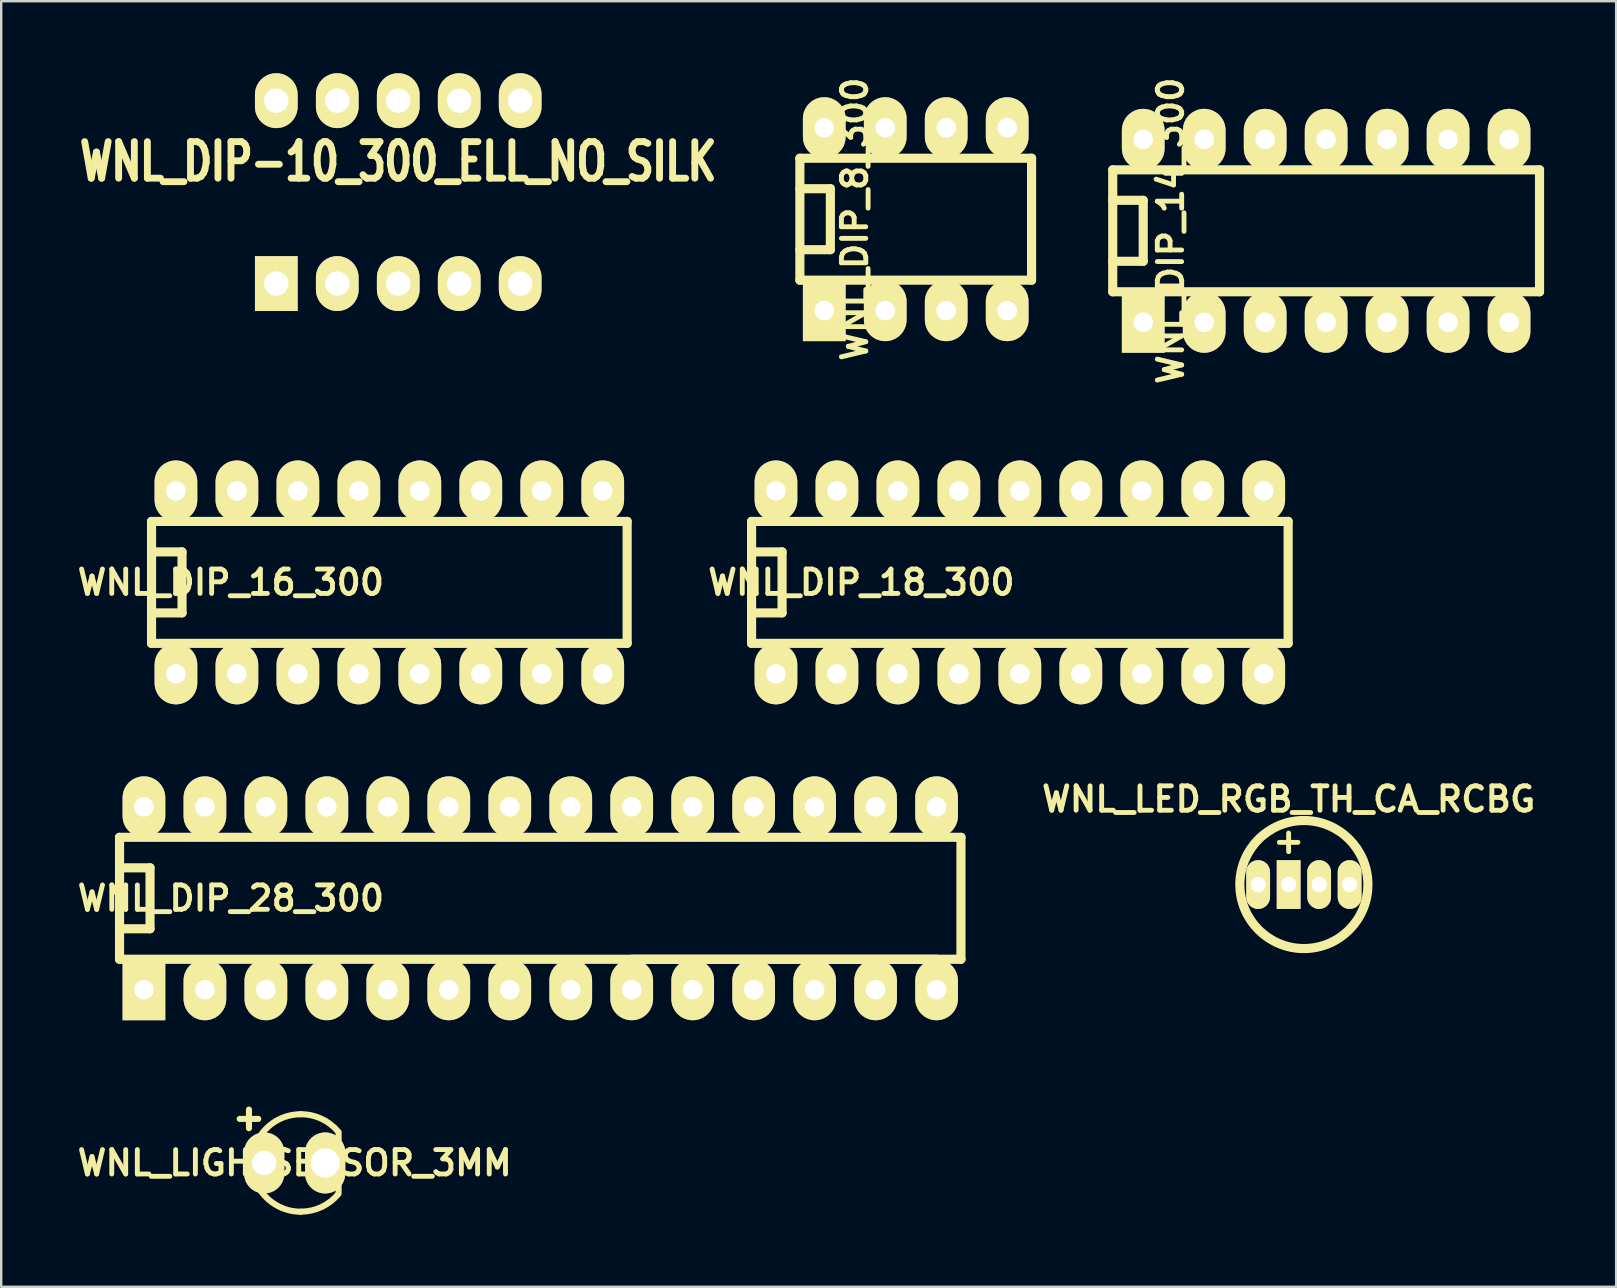
<source format=kicad_pcb>
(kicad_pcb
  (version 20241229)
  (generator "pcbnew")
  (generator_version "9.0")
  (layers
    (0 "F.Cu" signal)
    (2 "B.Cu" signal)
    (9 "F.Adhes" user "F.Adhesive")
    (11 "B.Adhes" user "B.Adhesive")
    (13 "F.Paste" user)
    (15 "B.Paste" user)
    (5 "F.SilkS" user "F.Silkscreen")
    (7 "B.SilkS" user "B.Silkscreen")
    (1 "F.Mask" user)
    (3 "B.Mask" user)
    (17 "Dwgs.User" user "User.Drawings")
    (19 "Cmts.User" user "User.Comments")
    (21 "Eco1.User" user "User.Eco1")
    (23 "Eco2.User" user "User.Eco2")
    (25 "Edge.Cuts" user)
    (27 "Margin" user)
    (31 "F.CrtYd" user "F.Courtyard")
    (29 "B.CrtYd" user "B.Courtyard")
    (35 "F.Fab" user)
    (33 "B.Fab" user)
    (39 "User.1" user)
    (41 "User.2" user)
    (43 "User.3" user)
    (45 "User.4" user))
  (footprint "WNL_DIP_28_300"
    (layer "F.Cu")
    (at 19.456 34.371)
    (property "Reference" "WNL_DIP_28_300" (at -12.89 0 0) (layer "F.SilkS") (effects (font (size 1.016 1.016) (thickness 0.203))))
    (attr through_hole)
    (fp_line (start -17.526 -2.54) (end 17.526 -2.54) (stroke (width 0.381) (type solid)) (layer "F.SilkS"))
    (fp_line (start -17.526 -1.27) (end -16.256 -1.27) (stroke (width 0.381) (type solid)) (layer "F.SilkS"))
    (fp_line (start -17.526 2.54) (end -17.526 -2.54) (stroke (width 0.381) (type solid)) (layer "F.SilkS"))
    (fp_line (start -17.526 2.54) (end 17.526 2.54) (stroke (width 0.381) (type solid)) (layer "F.SilkS"))
    (fp_line (start -16.256 -1.27) (end -16.256 1.27) (stroke (width 0.381) (type solid)) (layer "F.SilkS"))
    (fp_line (start -16.256 1.27) (end -17.526 1.27) (stroke (width 0.381) (type solid)) (layer "F.SilkS"))
    (fp_line (start 3.81 2.54) (end 16.51 2.54) (stroke (width 0.381) (type solid)) (layer "F.SilkS"))
    (fp_line (start 17.526 -2.54) (end 17.526 2.54) (stroke (width 0.381) (type solid)) (layer "F.SilkS"))
    (pad "1" thru_hole rect (at -16.51 3.81) (size 1.778 2.54) (drill 0.813) (layers "*.Cu" "*.Mask" "F.SilkS"))
    (pad "2" thru_hole oval (at -13.97 3.81) (size 1.778 2.54) (drill 0.813) (layers "*.Cu" "*.Mask" "F.SilkS"))
    (pad "3" thru_hole oval (at -11.43 3.81) (size 1.778 2.54) (drill 0.813) (layers "*.Cu" "*.Mask" "F.SilkS"))
    (pad "4" thru_hole oval (at -8.89 3.81) (size 1.778 2.54) (drill 0.813) (layers "*.Cu" "*.Mask" "F.SilkS"))
    (pad "5" thru_hole oval (at -6.35 3.81) (size 1.778 2.54) (drill 0.813) (layers "*.Cu" "*.Mask" "F.SilkS"))
    (pad "6" thru_hole oval (at -3.81 3.81) (size 1.778 2.54) (drill 0.813) (layers "*.Cu" "*.Mask" "F.SilkS"))
    (pad "7" thru_hole oval (at -1.27 3.81) (size 1.778 2.54) (drill 0.813) (layers "*.Cu" "*.Mask" "F.SilkS"))
    (pad "8" thru_hole oval (at 1.27 3.81) (size 1.778 2.54) (drill 0.813) (layers "*.Cu" "*.Mask" "F.SilkS"))
    (pad "9" thru_hole oval (at 3.81 3.81) (size 1.778 2.54) (drill 0.813) (layers "*.Cu" "*.Mask" "F.SilkS"))
    (pad "10" thru_hole oval (at 6.35 3.81) (size 1.778 2.54) (drill 0.813) (layers "*.Cu" "*.Mask" "F.SilkS"))
    (pad "11" thru_hole oval (at 8.89 3.81) (size 1.778 2.54) (drill 0.813) (layers "*.Cu" "*.Mask" "F.SilkS"))
    (pad "12" thru_hole oval (at 11.43 3.81) (size 1.778 2.54) (drill 0.813) (layers "*.Cu" "*.Mask" "F.SilkS"))
    (pad "13" thru_hole oval (at 13.97 3.81) (size 1.778 2.54) (drill 0.813) (layers "*.Cu" "*.Mask" "F.SilkS"))
    (pad "14" thru_hole oval (at 16.51 3.81) (size 1.778 2.54) (drill 0.813) (layers "*.Cu" "*.Mask" "F.SilkS"))
    (pad "15" thru_hole oval (at 16.51 -3.81) (size 1.778 2.54) (drill 0.813) (layers "*.Cu" "*.Mask" "F.SilkS"))
    (pad "16" thru_hole oval (at 13.97 -3.81) (size 1.778 2.54) (drill 0.813) (layers "*.Cu" "*.Mask" "F.SilkS"))
    (pad "17" thru_hole oval (at 11.43 -3.81) (size 1.778 2.54) (drill 0.813) (layers "*.Cu" "*.Mask" "F.SilkS"))
    (pad "18" thru_hole oval (at 8.89 -3.81) (size 1.778 2.54) (drill 0.813) (layers "*.Cu" "*.Mask" "F.SilkS"))
    (pad "19" thru_hole oval (at 6.35 -3.81) (size 1.778 2.54) (drill 0.813) (layers "*.Cu" "*.Mask" "F.SilkS"))
    (pad "20" thru_hole oval (at 3.81 -3.81) (size 1.778 2.54) (drill 0.813) (layers "*.Cu" "*.Mask" "F.SilkS"))
    (pad "21" thru_hole oval (at 1.27 -3.81) (size 1.778 2.54) (drill 0.813) (layers "*.Cu" "*.Mask" "F.SilkS"))
    (pad "22" thru_hole oval (at -1.27 -3.81) (size 1.778 2.54) (drill 0.813) (layers "*.Cu" "*.Mask" "F.SilkS"))
    (pad "23" thru_hole oval (at -3.81 -3.81) (size 1.778 2.54) (drill 0.813) (layers "*.Cu" "*.Mask" "F.SilkS"))
    (pad "24" thru_hole oval (at -6.35 -3.81) (size 1.778 2.54) (drill 0.813) (layers "*.Cu" "*.Mask" "F.SilkS"))
    (pad "25" thru_hole oval (at -8.89 -3.81) (size 1.778 2.54) (drill 0.813) (layers "*.Cu" "*.Mask" "F.SilkS"))
    (pad "26" thru_hole oval (at -11.43 -3.81) (size 1.778 2.54) (drill 0.813) (layers "*.Cu" "*.Mask" "F.SilkS"))
    (pad "27" thru_hole oval (at -13.97 -3.81) (size 1.778 2.54) (drill 0.813) (layers "*.Cu" "*.Mask" "F.SilkS"))
    (pad "28" thru_hole oval (at -16.51 -3.81) (size 1.778 2.54) (drill 0.813) (layers "*.Cu" "*.Mask" "F.SilkS")))
  (footprint "WNL_DIP_16_300"
    (layer "F.Cu")
    (at 13.169 21.211)
    (property "Reference" "WNL_DIP_16_300" (at -6.604 0 0) (layer "F.SilkS") (effects (font (size 1.016 1.016) (thickness 0.203))))
    (attr through_hole)
    (fp_line (start -9.906 -1.27) (end -8.636 -1.27) (stroke (width 0.381) (type solid)) (layer "F.SilkS"))
    (fp_line (start -9.906 2.54) (end -9.906 -2.54) (stroke (width 0.381) (type solid)) (layer "F.SilkS"))
    (fp_line (start -9.906 2.54) (end 9.906 2.54) (stroke (width 0.381) (type solid)) (layer "F.SilkS"))
    (fp_line (start -8.636 -1.27) (end -8.636 1.27) (stroke (width 0.381) (type solid)) (layer "F.SilkS"))
    (fp_line (start -8.636 1.27) (end -9.906 1.27) (stroke (width 0.381) (type solid)) (layer "F.SilkS"))
    (fp_line (start 9.906 -2.54) (end -9.906 -2.54) (stroke (width 0.381) (type solid)) (layer "F.SilkS"))
    (fp_line (start 9.906 -2.54) (end 9.906 2.54) (stroke (width 0.381) (type solid)) (layer "F.SilkS"))
    (pad "1" thru_hole oval (at -8.89 3.81) (size 1.778 2.54) (drill 0.813) (layers "*.Cu" "*.Mask" "F.SilkS"))
    (pad "2" thru_hole oval (at -6.35 3.81) (size 1.778 2.54) (drill 0.813) (layers "*.Cu" "*.Mask" "F.SilkS"))
    (pad "3" thru_hole oval (at -3.81 3.81) (size 1.778 2.54) (drill 0.813) (layers "*.Cu" "*.Mask" "F.SilkS"))
    (pad "4" thru_hole oval (at -1.27 3.81) (size 1.778 2.54) (drill 0.813) (layers "*.Cu" "*.Mask" "F.SilkS"))
    (pad "5" thru_hole oval (at 1.27 3.81) (size 1.778 2.54) (drill 0.813) (layers "*.Cu" "*.Mask" "F.SilkS"))
    (pad "6" thru_hole oval (at 3.81 3.81) (size 1.778 2.54) (drill 0.813) (layers "*.Cu" "*.Mask" "F.SilkS"))
    (pad "7" thru_hole oval (at 6.35 3.81) (size 1.778 2.54) (drill 0.813) (layers "*.Cu" "*.Mask" "F.SilkS"))
    (pad "8" thru_hole oval (at 8.89 3.81) (size 1.778 2.54) (drill 0.813) (layers "*.Cu" "*.Mask" "F.SilkS"))
    (pad "9" thru_hole oval (at 8.89 -3.81) (size 1.778 2.54) (drill 0.813) (layers "*.Cu" "*.Mask" "F.SilkS"))
    (pad "10" thru_hole oval (at 6.35 -3.81) (size 1.778 2.54) (drill 0.813) (layers "*.Cu" "*.Mask" "F.SilkS"))
    (pad "11" thru_hole oval (at 3.81 -3.81) (size 1.778 2.54) (drill 0.813) (layers "*.Cu" "*.Mask" "F.SilkS"))
    (pad "12" thru_hole oval (at 1.27 -3.81) (size 1.778 2.54) (drill 0.813) (layers "*.Cu" "*.Mask" "F.SilkS"))
    (pad "13" thru_hole oval (at -1.27 -3.81) (size 1.778 2.54) (drill 0.813) (layers "*.Cu" "*.Mask" "F.SilkS"))
    (pad "14" thru_hole oval (at -3.81 -3.81) (size 1.778 2.54) (drill 0.813) (layers "*.Cu" "*.Mask" "F.SilkS"))
    (pad "15" thru_hole oval (at -6.35 -3.81) (size 1.778 2.54) (drill 0.813) (layers "*.Cu" "*.Mask" "F.SilkS"))
    (pad "16" thru_hole oval (at -8.89 -3.81) (size 1.778 2.54) (drill 0.813) (layers "*.Cu" "*.Mask" "F.SilkS")))
  (footprint "WNL_DIP_14_300"
    (layer "F.Cu")
    (at 52.194 6.565)
    (property "Reference" "WNL_DIP_14_300" (at -6.477 0 90) (layer "F.SilkS") (effects (font (size 1.016 1.016) (thickness 0.203))))
    (attr through_hole)
    (fp_line (start -8.89 -2.54) (end 8.89 -2.54) (stroke (width 0.381) (type solid)) (layer "F.SilkS"))
    (fp_line (start -8.89 -1.27) (end -7.62 -1.27) (stroke (width 0.381) (type solid)) (layer "F.SilkS"))
    (fp_line (start -8.89 2.54) (end -8.89 -2.54) (stroke (width 0.381) (type solid)) (layer "F.SilkS"))
    (fp_line (start -7.62 -1.27) (end -7.62 1.27) (stroke (width 0.381) (type solid)) (layer "F.SilkS"))
    (fp_line (start -7.62 1.27) (end -8.89 1.27) (stroke (width 0.381) (type solid)) (layer "F.SilkS"))
    (fp_line (start 8.89 -2.54) (end 8.89 2.54) (stroke (width 0.381) (type solid)) (layer "F.SilkS"))
    (fp_line (start 8.89 2.54) (end -8.89 2.54) (stroke (width 0.381) (type solid)) (layer "F.SilkS"))
    (pad "1" thru_hole rect (at -7.62 3.81) (size 1.778 2.54) (drill 0.813) (layers "*.Cu" "*.Mask" "F.SilkS"))
    (pad "2" thru_hole oval (at -5.08 3.81) (size 1.778 2.54) (drill 0.813) (layers "*.Cu" "*.Mask" "F.SilkS"))
    (pad "3" thru_hole oval (at -2.54 3.81) (size 1.778 2.54) (drill 0.813) (layers "*.Cu" "*.Mask" "F.SilkS"))
    (pad "4" thru_hole oval (at 0 3.81) (size 1.778 2.54) (drill 0.813) (layers "*.Cu" "*.Mask" "F.SilkS"))
    (pad "5" thru_hole oval (at 2.54 3.81) (size 1.778 2.54) (drill 0.813) (layers "*.Cu" "*.Mask" "F.SilkS"))
    (pad "6" thru_hole oval (at 5.08 3.81) (size 1.778 2.54) (drill 0.813) (layers "*.Cu" "*.Mask" "F.SilkS"))
    (pad "7" thru_hole oval (at 7.62 3.81) (size 1.778 2.54) (drill 0.813) (layers "*.Cu" "*.Mask" "F.SilkS"))
    (pad "8" thru_hole oval (at 7.62 -3.81) (size 1.778 2.54) (drill 0.813) (layers "*.Cu" "*.Mask" "F.SilkS"))
    (pad "9" thru_hole oval (at 5.08 -3.81) (size 1.778 2.54) (drill 0.813) (layers "*.Cu" "*.Mask" "F.SilkS"))
    (pad "10" thru_hole oval (at 2.54 -3.81) (size 1.778 2.54) (drill 0.813) (layers "*.Cu" "*.Mask" "F.SilkS"))
    (pad "11" thru_hole oval (at 0 -3.81) (size 1.778 2.54) (drill 0.813) (layers "*.Cu" "*.Mask" "F.SilkS"))
    (pad "12" thru_hole oval (at -2.54 -3.81) (size 1.778 2.54) (drill 0.813) (layers "*.Cu" "*.Mask" "F.SilkS"))
    (pad "13" thru_hole oval (at -5.08 -3.81) (size 1.778 2.54) (drill 0.813) (layers "*.Cu" "*.Mask" "F.SilkS"))
    (pad "14" thru_hole oval (at -7.62 -3.81) (size 1.778 2.54) (drill 0.813) (layers "*.Cu" "*.Mask" "F.SilkS")))
  (footprint "WNL_DIP_18_300"
    (layer "F.Cu")
    (at 39.435 21.211)
    (property "Reference" "WNL_DIP_18_300" (at -6.604 0 0) (layer "F.SilkS") (effects (font (size 1.016 1.016) (thickness 0.203))))
    (attr through_hole)
    (fp_line (start -11.176 -1.27) (end -9.906 -1.27) (stroke (width 0.381) (type solid)) (layer "F.SilkS"))
    (fp_line (start -11.176 2.54) (end -11.176 -2.54) (stroke (width 0.381) (type solid)) (layer "F.SilkS"))
    (fp_line (start -11.176 2.54) (end 11.176 2.54) (stroke (width 0.381) (type solid)) (layer "F.SilkS"))
    (fp_line (start -9.906 -1.27) (end -9.906 1.27) (stroke (width 0.381) (type solid)) (layer "F.SilkS"))
    (fp_line (start -9.906 1.27) (end -11.176 1.27) (stroke (width 0.381) (type solid)) (layer "F.SilkS"))
    (fp_line (start 11.176 -2.54) (end -11.176 -2.54) (stroke (width 0.381) (type solid)) (layer "F.SilkS"))
    (fp_line (start 11.176 -2.54) (end 11.176 2.54) (stroke (width 0.381) (type solid)) (layer "F.SilkS"))
    (pad "1" thru_hole oval (at -10.16 3.81) (size 1.778 2.54) (drill 0.813) (layers "*.Cu" "*.Mask" "F.SilkS"))
    (pad "2" thru_hole oval (at -7.62 3.81) (size 1.778 2.54) (drill 0.813) (layers "*.Cu" "*.Mask" "F.SilkS"))
    (pad "3" thru_hole oval (at -5.08 3.81) (size 1.778 2.54) (drill 0.813) (layers "*.Cu" "*.Mask" "F.SilkS"))
    (pad "4" thru_hole oval (at -2.54 3.81) (size 1.778 2.54) (drill 0.813) (layers "*.Cu" "*.Mask" "F.SilkS"))
    (pad "5" thru_hole oval (at 0 3.81) (size 1.778 2.54) (drill 0.813) (layers "*.Cu" "*.Mask" "F.SilkS"))
    (pad "6" thru_hole oval (at 2.54 3.81) (size 1.778 2.54) (drill 0.813) (layers "*.Cu" "*.Mask" "F.SilkS"))
    (pad "7" thru_hole oval (at 5.08 3.81) (size 1.778 2.54) (drill 0.813) (layers "*.Cu" "*.Mask" "F.SilkS"))
    (pad "8" thru_hole oval (at 7.62 3.81) (size 1.778 2.54) (drill 0.813) (layers "*.Cu" "*.Mask" "F.SilkS"))
    (pad "9" thru_hole oval (at 10.16 3.81) (size 1.778 2.54) (drill 0.813) (layers "*.Cu" "*.Mask" "F.SilkS"))
    (pad "10" thru_hole oval (at 10.16 -3.81) (size 1.778 2.54) (drill 0.813) (layers "*.Cu" "*.Mask" "F.SilkS"))
    (pad "11" thru_hole oval (at 7.62 -3.81) (size 1.778 2.54) (drill 0.813) (layers "*.Cu" "*.Mask" "F.SilkS"))
    (pad "12" thru_hole oval (at 5.08 -3.81) (size 1.778 2.54) (drill 0.813) (layers "*.Cu" "*.Mask" "F.SilkS"))
    (pad "13" thru_hole oval (at 2.54 -3.81) (size 1.778 2.54) (drill 0.813) (layers "*.Cu" "*.Mask" "F.SilkS"))
    (pad "14" thru_hole oval (at 0 -3.81) (size 1.778 2.54) (drill 0.813) (layers "*.Cu" "*.Mask" "F.SilkS"))
    (pad "15" thru_hole oval (at -2.54 -3.81) (size 1.778 2.54) (drill 0.813) (layers "*.Cu" "*.Mask" "F.SilkS"))
    (pad "16" thru_hole oval (at -5.08 -3.81) (size 1.778 2.54) (drill 0.813) (layers "*.Cu" "*.Mask" "F.SilkS"))
    (pad "17" thru_hole oval (at -7.62 -3.81) (size 1.778 2.54) (drill 0.813) (layers "*.Cu" "*.Mask" "F.SilkS"))
    (pad "18" thru_hole oval (at -10.16 -3.81) (size 1.778 2.54) (drill 0.813) (layers "*.Cu" "*.Mask" "F.SilkS")))
  (footprint "WNL_DIP_8_300"
    (layer "F.Cu")
    (at 35.097 6.081)
    (property "Reference" "WNL_DIP_8_300" (at -2.54 0 90) (layer "F.SilkS") (effects (font (size 1.016 1.016) (thickness 0.203))))
    (attr through_hole)
    (fp_line (start -4.826 -2.54) (end 4.826 -2.54) (stroke (width 0.381) (type solid)) (layer "F.SilkS"))
    (fp_line (start -4.826 -1.27) (end -3.556 -1.27) (stroke (width 0.381) (type solid)) (layer "F.SilkS"))
    (fp_line (start -4.826 2.54) (end -4.826 -2.54) (stroke (width 0.381) (type solid)) (layer "F.SilkS"))
    (fp_line (start -3.556 -1.27) (end -3.556 1.27) (stroke (width 0.381) (type solid)) (layer "F.SilkS"))
    (fp_line (start -3.556 1.27) (end -4.826 1.27) (stroke (width 0.381) (type solid)) (layer "F.SilkS"))
    (fp_line (start 4.826 -2.54) (end 4.826 2.54) (stroke (width 0.381) (type solid)) (layer "F.SilkS"))
    (fp_line (start 4.826 2.54) (end -4.826 2.54) (stroke (width 0.381) (type solid)) (layer "F.SilkS"))
    (pad "1" thru_hole rect (at -3.81 3.81) (size 1.778 2.54) (drill 0.813) (layers "*.Cu" "*.Mask" "F.SilkS"))
    (pad "2" thru_hole oval (at -1.27 3.81) (size 1.778 2.54) (drill 0.813) (layers "*.Cu" "*.Mask" "F.SilkS"))
    (pad "3" thru_hole oval (at 1.27 3.81) (size 1.778 2.54) (drill 0.813) (layers "*.Cu" "*.Mask" "F.SilkS"))
    (pad "4" thru_hole oval (at 3.81 3.81) (size 1.778 2.54) (drill 0.813) (layers "*.Cu" "*.Mask" "F.SilkS"))
    (pad "5" thru_hole oval (at 3.81 -3.81) (size 1.778 2.54) (drill 0.813) (layers "*.Cu" "*.Mask" "F.SilkS"))
    (pad "6" thru_hole oval (at 1.27 -3.81) (size 1.778 2.54) (drill 0.813) (layers "*.Cu" "*.Mask" "F.SilkS"))
    (pad "7" thru_hole oval (at -1.27 -3.81) (size 1.778 2.54) (drill 0.813) (layers "*.Cu" "*.Mask" "F.SilkS"))
    (pad "8" thru_hole oval (at -3.81 -3.81) (size 1.778 2.54) (drill 0.813) (layers "*.Cu" "*.Mask" "F.SilkS")))
  (footprint "WNL_DIP-10_300_ELL_NO_SILK"
    (layer "F.Cu")
    (at 13.54 4.953)
    (property "Reference" "WNL_DIP-10_300_ELL_NO_SILK" (at 0 -1.27 0) (layer "F.SilkS") (effects (font (size 1.524 1.143) (thickness 0.287))))
    (attr through_hole)
    (pad "1" thru_hole rect (at -5.08 3.81) (size 1.778 2.286) (drill 1.016) (layers "*.Cu" "*.Mask" "F.SilkS"))
    (pad "2" thru_hole oval (at -2.54 3.81) (size 1.778 2.286) (drill 1.016) (layers "*.Cu" "*.Mask" "F.SilkS"))
    (pad "3" thru_hole oval (at 0 3.81) (size 1.778 2.286) (drill 1.016) (layers "*.Cu" "*.Mask" "F.SilkS"))
    (pad "4" thru_hole oval (at 2.54 3.81) (size 1.778 2.286) (drill 1.016) (layers "*.Cu" "*.Mask" "F.SilkS"))
    (pad "5" thru_hole oval (at 5.08 3.81) (size 1.778 2.286) (drill 1.016) (layers "*.Cu" "*.Mask" "F.SilkS"))
    (pad "6" thru_hole oval (at 5.08 -3.81) (size 1.778 2.286) (drill 1.016) (layers "*.Cu" "*.Mask" "F.SilkS"))
    (pad "7" thru_hole oval (at 2.54 -3.81) (size 1.778 2.286) (drill 1.016) (layers "*.Cu" "*.Mask" "F.SilkS"))
    (pad "8" thru_hole oval (at 0 -3.81) (size 1.778 2.286) (drill 1.016) (layers "*.Cu" "*.Mask" "F.SilkS"))
    (pad "9" thru_hole oval (at -2.54 -3.81) (size 1.778 2.286) (drill 1.016) (layers "*.Cu" "*.Mask" "F.SilkS"))
    (pad "10" thru_hole oval (at -5.08 -3.81) (size 1.778 2.286) (drill 1.016) (layers "*.Cu" "*.Mask" "F.SilkS")))
  (footprint "WNL_LIGHTSENSOR_3MM"
    (layer "F.Cu")
    (at 9.226 45.396)
    (property "Reference" "WNL_LIGHTSENSOR_3MM" (at 0 0 0) (layer "F.SilkS") (effects (font (size 1.016 1.016) (thickness 0.203))))
    (attr exclude_from_pos_files exclude_from_bom)
    (fp_line (start 1.829 1.27) (end 1.829 -1.27) (stroke (width 0.254) (type solid)) (layer "F.SilkS"))
    (fp_arc (start -1.778 0) (mid -1.716347 -0.496745) (end -1.53513 -0.963347) (stroke (width 0.254) (type solid)) (layer "F.SilkS"))
    (fp_arc (start -1.5367 -0.95504) (mid -0.790567 -1.739997) (end 0.253025 -2.02946) (stroke (width 0.254) (type solid)) (layer "F.SilkS"))
    (fp_arc (start -1.47574 1.06426) (mid -1.700164 0.553076) (end -1.776923 0.0001) (stroke (width 0.254) (type solid)) (layer "F.SilkS"))
    (fp_arc (start 0.254 -2.032) (mid 1.114367 -1.840867) (end 1.81288 -1.303426) (stroke (width 0.254) (type solid)) (layer "F.SilkS"))
    (fp_arc (start 0.254 2.032) (mid -0.76507 1.757988) (end -1.509299 1.009851) (stroke (width 0.254) (type solid)) (layer "F.SilkS"))
    (fp_arc (start 1.8034 1.31064) (mid 1.109154 1.840416) (end 0.256552 2.029387) (stroke (width 0.254) (type solid)) (layer "F.SilkS"))
    (fp_text user "+" (at -1.905 -1.905 0) (layer "F.SilkS") (effects (font (size 1.016 1.016) (thickness 0.254))))
    (pad "1" thru_hole oval (at -1.27 0) (size 1.676 2.54) (drill 1.016) (layers "*.Cu" "*.Mask" "F.SilkS"))
    (pad "2" thru_hole oval (at 1.27 0) (size 1.676 2.54) (drill 1.219) (layers "*.Cu" "*.Mask" "F.SilkS")))
  (footprint "WNL_LED_RGB_TH_CA_RCBG"
    (layer "F.Cu")
    (at 50.632 33.798)
    (property "Reference" "WNL_LED_RGB_TH_CA_RCBG" (at 0 -3.556 0) (layer "F.SilkS") (effects (font (size 1.016 1.016) (thickness 0.203))))
    (attr through_hole)
    (fp_circle (center 0.635 0) (end 3.302 0) (stroke (width 0.381) (type solid)) (fill no) (layer "F.SilkS"))
    (fp_text user "+" (at 0 -1.829 0) (layer "F.SilkS") (effects (font (size 1.016 1.016) (thickness 0.203))))
    (pad "B" thru_hole oval (at 1.27 0) (size 0.991 2.032) (drill 0.635) (layers "*.Cu" "*.Mask" "F.SilkS"))
    (pad "C" thru_hole rect (at 0 0) (size 0.991 2.032) (drill 0.635) (layers "*.Cu" "*.Mask" "F.SilkS"))
    (pad "G" thru_hole oval (at 2.54 0) (size 0.991 2.032) (drill 0.635) (layers "*.Cu" "*.Mask" "F.SilkS"))
    (pad "R" thru_hole oval (at -1.27 0) (size 0.991 2.032) (drill 0.635) (layers "*.Cu" "*.Mask" "F.SilkS")))
  (gr_rect
    (start -3 -3)
    (end 64.275 50.555)
    (stroke (width 0.1) (type default))
    (fill no)
    (layer "Edge.Cuts")))
</source>
